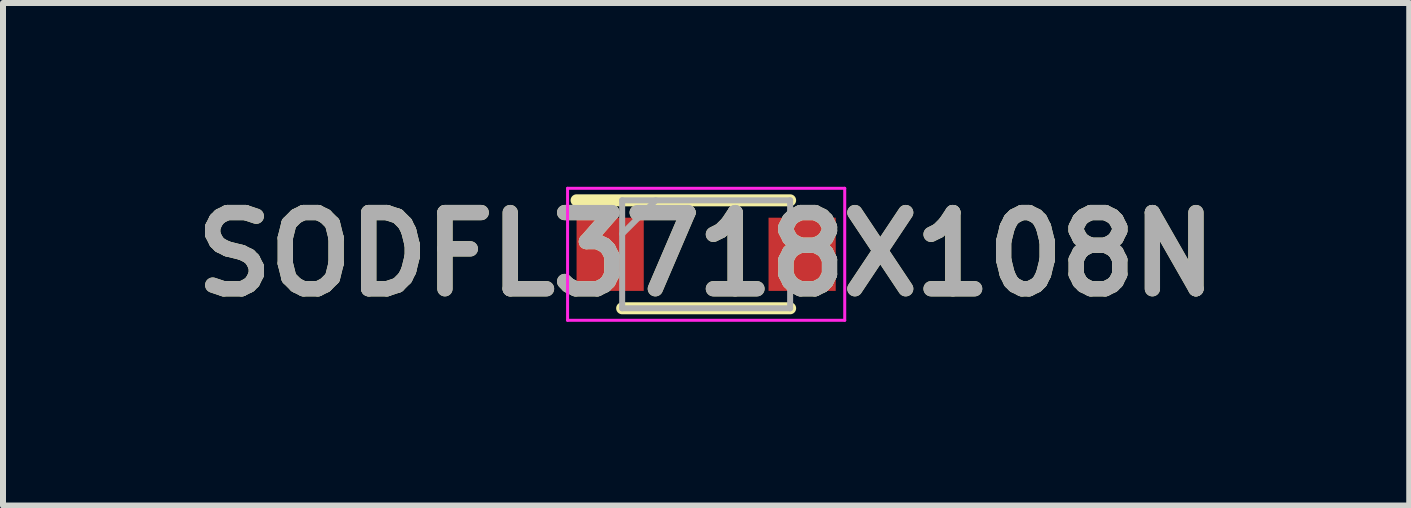
<source format=kicad_pcb>
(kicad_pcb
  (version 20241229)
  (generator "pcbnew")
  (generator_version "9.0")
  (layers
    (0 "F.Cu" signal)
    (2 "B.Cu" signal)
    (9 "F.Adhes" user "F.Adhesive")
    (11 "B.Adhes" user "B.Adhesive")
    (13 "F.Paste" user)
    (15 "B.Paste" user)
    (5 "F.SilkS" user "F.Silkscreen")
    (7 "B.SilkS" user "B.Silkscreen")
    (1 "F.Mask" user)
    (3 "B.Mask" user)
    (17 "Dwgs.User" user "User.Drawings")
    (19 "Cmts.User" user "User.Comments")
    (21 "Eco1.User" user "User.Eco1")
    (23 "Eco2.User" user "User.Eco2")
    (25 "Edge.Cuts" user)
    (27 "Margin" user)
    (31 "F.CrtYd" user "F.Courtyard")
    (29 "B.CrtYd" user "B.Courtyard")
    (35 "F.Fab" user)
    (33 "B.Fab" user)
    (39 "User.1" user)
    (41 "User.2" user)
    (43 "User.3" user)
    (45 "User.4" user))
  (footprint "SODFL3718X108N"
    (layer "F.Cu")
    (at 8.721 1.189)
    (property "Reference" "SODFL3718X108N" (at 0 0 0) (layer "F.SilkS") (effects (font (size 1.27 1.27) (thickness 0.254))))
    (attr smd)
    (fp_line (start -2.16 -0.9) (end 1.4 -0.9) (stroke (width 0.2) (type solid)) (layer "F.SilkS"))
    (fp_line (start -1.4 0.9) (end 1.4 0.9) (stroke (width 0.2) (type solid)) (layer "F.SilkS"))
    (fp_line (start -2.31 -1.1) (end 2.31 -1.1) (stroke (width 0.05) (type solid)) (layer "F.CrtYd"))
    (fp_line (start -2.31 1.1) (end -2.31 -1.1) (stroke (width 0.05) (type solid)) (layer "F.CrtYd"))
    (fp_line (start 2.31 -1.1) (end 2.31 1.1) (stroke (width 0.05) (type solid)) (layer "F.CrtYd"))
    (fp_line (start 2.31 1.1) (end -2.31 1.1) (stroke (width 0.05) (type solid)) (layer "F.CrtYd"))
    (fp_line (start -1.4 -0.9) (end 1.4 -0.9) (stroke (width 0.1) (type solid)) (layer "F.Fab"))
    (fp_line (start -1.4 -0.34) (end -0.84 -0.9) (stroke (width 0.1) (type solid)) (layer "F.Fab"))
    (fp_line (start -1.4 0.9) (end -1.4 -0.9) (stroke (width 0.1) (type solid)) (layer "F.Fab"))
    (fp_line (start 1.4 -0.9) (end 1.4 0.9) (stroke (width 0.1) (type solid)) (layer "F.Fab"))
    (fp_line (start 1.4 0.9) (end -1.4 0.9) (stroke (width 0.1) (type solid)) (layer "F.Fab"))
    (fp_text user "${REFERENCE}" (at 0 0 0) (layer "F.Fab") (effects (font (size 1.27 1.27) (thickness 0.254))))
    (pad "1" smd rect (at -1.6 0) (size 1.12 1.22) (layers "F.Cu" "F.Mask" "F.Paste"))
    (pad "2" smd rect (at 1.6 0) (size 1.12 1.22) (layers "F.Cu" "F.Mask" "F.Paste")))
  (gr_rect
    (start -3 -3)
    (end 20.441 5.377)
    (stroke (width 0.1) (type default))
    (fill no)
    (layer "Edge.Cuts")))
</source>
